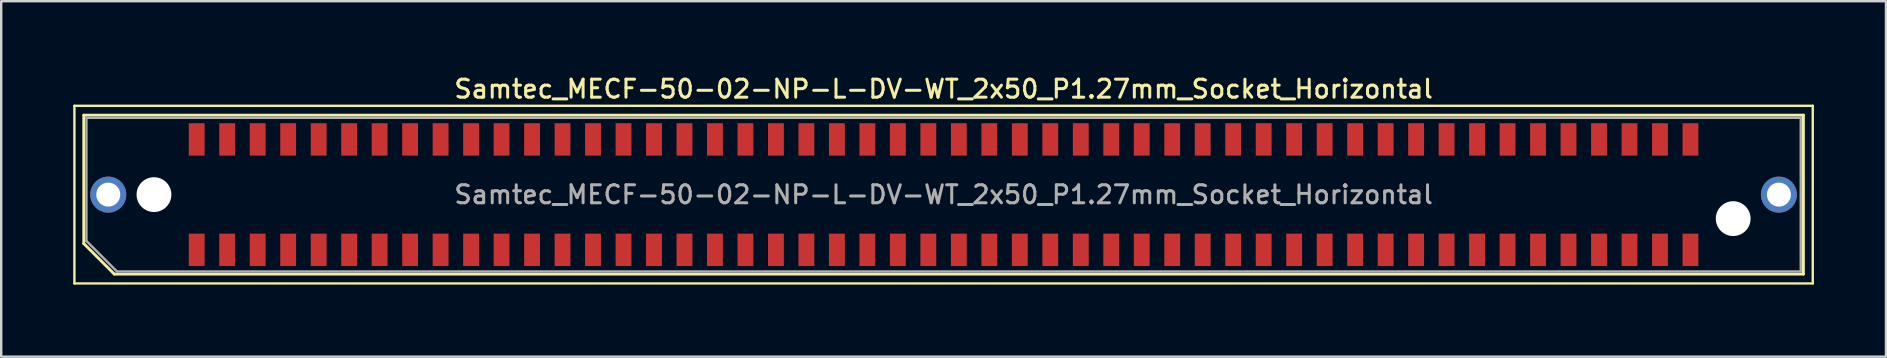
<source format=kicad_pcb>
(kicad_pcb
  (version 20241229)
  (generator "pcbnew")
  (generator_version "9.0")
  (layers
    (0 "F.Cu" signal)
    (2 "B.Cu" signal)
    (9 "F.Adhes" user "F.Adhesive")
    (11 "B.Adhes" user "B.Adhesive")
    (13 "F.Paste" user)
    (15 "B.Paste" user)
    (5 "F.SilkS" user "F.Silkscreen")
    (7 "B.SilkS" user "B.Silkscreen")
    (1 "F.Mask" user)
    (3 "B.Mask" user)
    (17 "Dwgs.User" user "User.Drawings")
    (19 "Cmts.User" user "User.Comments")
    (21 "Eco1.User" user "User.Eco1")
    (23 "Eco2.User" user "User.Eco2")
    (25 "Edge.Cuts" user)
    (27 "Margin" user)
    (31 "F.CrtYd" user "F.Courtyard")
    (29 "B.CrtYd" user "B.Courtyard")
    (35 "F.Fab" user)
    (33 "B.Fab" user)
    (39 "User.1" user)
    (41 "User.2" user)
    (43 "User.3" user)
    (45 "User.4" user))
  (footprint "Samtec_MECF-50-02-NP-L-DV-WT_2x50_P1.27mm_Socket_Horizontal"
    (layer "F.Cu")
    (at 36.26 5.058)
    (property "Reference" "Samtec_MECF-50-02-NP-L-DV-WT_2x50_P1.27mm_Socket_Horizontal" (at 0 -4.4 0) (layer "F.SilkS") (effects (font (size 0.75 0.75) (thickness 0.125))))
    (attr smd)
    (fp_line (start -36.21 -3.7) (end -36.21 3.7) (stroke (width 0.1) (type solid)) (layer "F.SilkS"))
    (fp_line (start -36.21 3.7) (end 36.21 3.7) (stroke (width 0.1) (type solid)) (layer "F.SilkS"))
    (fp_line (start -35.82 -3.31) (end 35.82 -3.31) (stroke (width 0.12) (type solid)) (layer "F.SilkS"))
    (fp_line (start -35.82 2.04) (end -35.82 -3.31) (stroke (width 0.12) (type solid)) (layer "F.SilkS"))
    (fp_line (start -34.55 3.31) (end -35.82 2.04) (stroke (width 0.12) (type solid)) (layer "F.SilkS"))
    (fp_line (start -34.55 3.31) (end 35.82 3.31) (stroke (width 0.12) (type solid)) (layer "F.SilkS"))
    (fp_line (start 35.82 3.31) (end 35.82 -3.31) (stroke (width 0.12) (type solid)) (layer "F.SilkS"))
    (fp_line (start 36.21 -3.7) (end -36.21 -3.7) (stroke (width 0.1) (type solid)) (layer "F.SilkS"))
    (fp_line (start 36.21 3.7) (end 36.21 -3.7) (stroke (width 0.1) (type solid)) (layer "F.SilkS"))
    (fp_line (start -35.71 -3.2) (end 35.71 -3.2) (stroke (width 0.1) (type solid)) (layer "F.Fab"))
    (fp_line (start -35.71 1.93) (end -35.71 -3.2) (stroke (width 0.1) (type solid)) (layer "F.Fab"))
    (fp_line (start -35.71 1.93) (end -34.44 3.2) (stroke (width 0.1) (type solid)) (layer "F.Fab"))
    (fp_line (start -34.44 3.2) (end 35.71 3.2) (stroke (width 0.1) (type solid)) (layer "F.Fab"))
    (fp_line (start 35.71 3.2) (end 35.71 -3.2) (stroke (width 0.1) (type solid)) (layer "F.Fab"))
    (fp_text user "${REFERENCE}" (at 0 0 0) (layer "F.Fab") (effects (font (size 0.75 0.75) (thickness 0.125))))
    (pad "" thru_hole circle (at -34.8 0) (size 1.5 1.5) (drill 1) (layers "*.Cu" "*.Mask"))
    (pad "" np_thru_hole circle (at -32.895 0) (size 1.45 1.45) (drill 1.45) (layers "*.Cu" "*.Mask"))
    (pad "" np_thru_hole circle (at 32.895 1) (size 1.45 1.45) (drill 1.45) (layers "*.Cu" "*.Mask"))
    (pad "" thru_hole circle (at 34.8 0) (size 1.5 1.5) (drill 1) (layers "*.Cu" "*.Mask"))
    (pad "1" smd rect (at -31.115 2.3) (size 0.66 1.35) (layers "F.Cu" "F.Mask" "F.Paste"))
    (pad "2" smd rect (at -31.115 -2.3) (size 0.66 1.35) (layers "F.Cu" "F.Mask" "F.Paste"))
    (pad "3" smd rect (at -29.845 2.3) (size 0.66 1.35) (layers "F.Cu" "F.Mask" "F.Paste"))
    (pad "4" smd rect (at -29.845 -2.3) (size 0.66 1.35) (layers "F.Cu" "F.Mask" "F.Paste"))
    (pad "5" smd rect (at -28.575 2.3) (size 0.66 1.35) (layers "F.Cu" "F.Mask" "F.Paste"))
    (pad "6" smd rect (at -28.575 -2.3) (size 0.66 1.35) (layers "F.Cu" "F.Mask" "F.Paste"))
    (pad "7" smd rect (at -27.305 2.3) (size 0.66 1.35) (layers "F.Cu" "F.Mask" "F.Paste"))
    (pad "8" smd rect (at -27.305 -2.3) (size 0.66 1.35) (layers "F.Cu" "F.Mask" "F.Paste"))
    (pad "9" smd rect (at -26.035 2.3) (size 0.66 1.35) (layers "F.Cu" "F.Mask" "F.Paste"))
    (pad "10" smd rect (at -26.035 -2.3) (size 0.66 1.35) (layers "F.Cu" "F.Mask" "F.Paste"))
    (pad "11" smd rect (at -24.765 2.3) (size 0.66 1.35) (layers "F.Cu" "F.Mask" "F.Paste"))
    (pad "12" smd rect (at -24.765 -2.3) (size 0.66 1.35) (layers "F.Cu" "F.Mask" "F.Paste"))
    (pad "13" smd rect (at -23.495 2.3) (size 0.66 1.35) (layers "F.Cu" "F.Mask" "F.Paste"))
    (pad "14" smd rect (at -23.495 -2.3) (size 0.66 1.35) (layers "F.Cu" "F.Mask" "F.Paste"))
    (pad "15" smd rect (at -22.225 2.3) (size 0.66 1.35) (layers "F.Cu" "F.Mask" "F.Paste"))
    (pad "16" smd rect (at -22.225 -2.3) (size 0.66 1.35) (layers "F.Cu" "F.Mask" "F.Paste"))
    (pad "17" smd rect (at -20.955 2.3) (size 0.66 1.35) (layers "F.Cu" "F.Mask" "F.Paste"))
    (pad "18" smd rect (at -20.955 -2.3) (size 0.66 1.35) (layers "F.Cu" "F.Mask" "F.Paste"))
    (pad "19" smd rect (at -19.685 2.3) (size 0.66 1.35) (layers "F.Cu" "F.Mask" "F.Paste"))
    (pad "20" smd rect (at -19.685 -2.3) (size 0.66 1.35) (layers "F.Cu" "F.Mask" "F.Paste"))
    (pad "21" smd rect (at -18.415 2.3) (size 0.66 1.35) (layers "F.Cu" "F.Mask" "F.Paste"))
    (pad "22" smd rect (at -18.415 -2.3) (size 0.66 1.35) (layers "F.Cu" "F.Mask" "F.Paste"))
    (pad "23" smd rect (at -17.145 2.3) (size 0.66 1.35) (layers "F.Cu" "F.Mask" "F.Paste"))
    (pad "24" smd rect (at -17.145 -2.3) (size 0.66 1.35) (layers "F.Cu" "F.Mask" "F.Paste"))
    (pad "25" smd rect (at -15.875 2.3) (size 0.66 1.35) (layers "F.Cu" "F.Mask" "F.Paste"))
    (pad "26" smd rect (at -15.875 -2.3) (size 0.66 1.35) (layers "F.Cu" "F.Mask" "F.Paste"))
    (pad "27" smd rect (at -14.605 2.3) (size 0.66 1.35) (layers "F.Cu" "F.Mask" "F.Paste"))
    (pad "28" smd rect (at -14.605 -2.3) (size 0.66 1.35) (layers "F.Cu" "F.Mask" "F.Paste"))
    (pad "29" smd rect (at -13.335 2.3) (size 0.66 1.35) (layers "F.Cu" "F.Mask" "F.Paste"))
    (pad "30" smd rect (at -13.335 -2.3) (size 0.66 1.35) (layers "F.Cu" "F.Mask" "F.Paste"))
    (pad "31" smd rect (at -12.065 2.3) (size 0.66 1.35) (layers "F.Cu" "F.Mask" "F.Paste"))
    (pad "32" smd rect (at -12.065 -2.3) (size 0.66 1.35) (layers "F.Cu" "F.Mask" "F.Paste"))
    (pad "33" smd rect (at -10.795 2.3) (size 0.66 1.35) (layers "F.Cu" "F.Mask" "F.Paste"))
    (pad "34" smd rect (at -10.795 -2.3) (size 0.66 1.35) (layers "F.Cu" "F.Mask" "F.Paste"))
    (pad "35" smd rect (at -9.525 2.3) (size 0.66 1.35) (layers "F.Cu" "F.Mask" "F.Paste"))
    (pad "36" smd rect (at -9.525 -2.3) (size 0.66 1.35) (layers "F.Cu" "F.Mask" "F.Paste"))
    (pad "37" smd rect (at -8.255 2.3) (size 0.66 1.35) (layers "F.Cu" "F.Mask" "F.Paste"))
    (pad "38" smd rect (at -8.255 -2.3) (size 0.66 1.35) (layers "F.Cu" "F.Mask" "F.Paste"))
    (pad "39" smd rect (at -6.985 2.3) (size 0.66 1.35) (layers "F.Cu" "F.Mask" "F.Paste"))
    (pad "40" smd rect (at -6.985 -2.3) (size 0.66 1.35) (layers "F.Cu" "F.Mask" "F.Paste"))
    (pad "41" smd rect (at -5.715 2.3) (size 0.66 1.35) (layers "F.Cu" "F.Mask" "F.Paste"))
    (pad "42" smd rect (at -5.715 -2.3) (size 0.66 1.35) (layers "F.Cu" "F.Mask" "F.Paste"))
    (pad "43" smd rect (at -4.445 2.3) (size 0.66 1.35) (layers "F.Cu" "F.Mask" "F.Paste"))
    (pad "44" smd rect (at -4.445 -2.3) (size 0.66 1.35) (layers "F.Cu" "F.Mask" "F.Paste"))
    (pad "45" smd rect (at -3.175 2.3) (size 0.66 1.35) (layers "F.Cu" "F.Mask" "F.Paste"))
    (pad "46" smd rect (at -3.175 -2.3) (size 0.66 1.35) (layers "F.Cu" "F.Mask" "F.Paste"))
    (pad "47" smd rect (at -1.905 2.3) (size 0.66 1.35) (layers "F.Cu" "F.Mask" "F.Paste"))
    (pad "48" smd rect (at -1.905 -2.3) (size 0.66 1.35) (layers "F.Cu" "F.Mask" "F.Paste"))
    (pad "49" smd rect (at -0.635 2.3) (size 0.66 1.35) (layers "F.Cu" "F.Mask" "F.Paste"))
    (pad "50" smd rect (at -0.635 -2.3) (size 0.66 1.35) (layers "F.Cu" "F.Mask" "F.Paste"))
    (pad "51" smd rect (at 0.635 2.3) (size 0.66 1.35) (layers "F.Cu" "F.Mask" "F.Paste"))
    (pad "52" smd rect (at 0.635 -2.3) (size 0.66 1.35) (layers "F.Cu" "F.Mask" "F.Paste"))
    (pad "53" smd rect (at 1.905 2.3) (size 0.66 1.35) (layers "F.Cu" "F.Mask" "F.Paste"))
    (pad "54" smd rect (at 1.905 -2.3) (size 0.66 1.35) (layers "F.Cu" "F.Mask" "F.Paste"))
    (pad "55" smd rect (at 3.175 2.3) (size 0.66 1.35) (layers "F.Cu" "F.Mask" "F.Paste"))
    (pad "56" smd rect (at 3.175 -2.3) (size 0.66 1.35) (layers "F.Cu" "F.Mask" "F.Paste"))
    (pad "57" smd rect (at 4.445 2.3) (size 0.66 1.35) (layers "F.Cu" "F.Mask" "F.Paste"))
    (pad "58" smd rect (at 4.445 -2.3) (size 0.66 1.35) (layers "F.Cu" "F.Mask" "F.Paste"))
    (pad "59" smd rect (at 5.715 2.3) (size 0.66 1.35) (layers "F.Cu" "F.Mask" "F.Paste"))
    (pad "60" smd rect (at 5.715 -2.3) (size 0.66 1.35) (layers "F.Cu" "F.Mask" "F.Paste"))
    (pad "61" smd rect (at 6.985 2.3) (size 0.66 1.35) (layers "F.Cu" "F.Mask" "F.Paste"))
    (pad "62" smd rect (at 6.985 -2.3) (size 0.66 1.35) (layers "F.Cu" "F.Mask" "F.Paste"))
    (pad "63" smd rect (at 8.255 2.3) (size 0.66 1.35) (layers "F.Cu" "F.Mask" "F.Paste"))
    (pad "64" smd rect (at 8.255 -2.3) (size 0.66 1.35) (layers "F.Cu" "F.Mask" "F.Paste"))
    (pad "65" smd rect (at 9.525 2.3) (size 0.66 1.35) (layers "F.Cu" "F.Mask" "F.Paste"))
    (pad "66" smd rect (at 9.525 -2.3) (size 0.66 1.35) (layers "F.Cu" "F.Mask" "F.Paste"))
    (pad "67" smd rect (at 10.795 2.3) (size 0.66 1.35) (layers "F.Cu" "F.Mask" "F.Paste"))
    (pad "68" smd rect (at 10.795 -2.3) (size 0.66 1.35) (layers "F.Cu" "F.Mask" "F.Paste"))
    (pad "69" smd rect (at 12.065 2.3) (size 0.66 1.35) (layers "F.Cu" "F.Mask" "F.Paste"))
    (pad "70" smd rect (at 12.065 -2.3) (size 0.66 1.35) (layers "F.Cu" "F.Mask" "F.Paste"))
    (pad "71" smd rect (at 13.335 2.3) (size 0.66 1.35) (layers "F.Cu" "F.Mask" "F.Paste"))
    (pad "72" smd rect (at 13.335 -2.3) (size 0.66 1.35) (layers "F.Cu" "F.Mask" "F.Paste"))
    (pad "73" smd rect (at 14.605 2.3) (size 0.66 1.35) (layers "F.Cu" "F.Mask" "F.Paste"))
    (pad "74" smd rect (at 14.605 -2.3) (size 0.66 1.35) (layers "F.Cu" "F.Mask" "F.Paste"))
    (pad "75" smd rect (at 15.875 2.3) (size 0.66 1.35) (layers "F.Cu" "F.Mask" "F.Paste"))
    (pad "76" smd rect (at 15.875 -2.3) (size 0.66 1.35) (layers "F.Cu" "F.Mask" "F.Paste"))
    (pad "77" smd rect (at 17.145 2.3) (size 0.66 1.35) (layers "F.Cu" "F.Mask" "F.Paste"))
    (pad "78" smd rect (at 17.145 -2.3) (size 0.66 1.35) (layers "F.Cu" "F.Mask" "F.Paste"))
    (pad "79" smd rect (at 18.415 2.3) (size 0.66 1.35) (layers "F.Cu" "F.Mask" "F.Paste"))
    (pad "80" smd rect (at 18.415 -2.3) (size 0.66 1.35) (layers "F.Cu" "F.Mask" "F.Paste"))
    (pad "81" smd rect (at 19.685 2.3) (size 0.66 1.35) (layers "F.Cu" "F.Mask" "F.Paste"))
    (pad "82" smd rect (at 19.685 -2.3) (size 0.66 1.35) (layers "F.Cu" "F.Mask" "F.Paste"))
    (pad "83" smd rect (at 20.955 2.3) (size 0.66 1.35) (layers "F.Cu" "F.Mask" "F.Paste"))
    (pad "84" smd rect (at 20.955 -2.3) (size 0.66 1.35) (layers "F.Cu" "F.Mask" "F.Paste"))
    (pad "85" smd rect (at 22.225 2.3) (size 0.66 1.35) (layers "F.Cu" "F.Mask" "F.Paste"))
    (pad "86" smd rect (at 22.225 -2.3) (size 0.66 1.35) (layers "F.Cu" "F.Mask" "F.Paste"))
    (pad "87" smd rect (at 23.495 2.3) (size 0.66 1.35) (layers "F.Cu" "F.Mask" "F.Paste"))
    (pad "88" smd rect (at 23.495 -2.3) (size 0.66 1.35) (layers "F.Cu" "F.Mask" "F.Paste"))
    (pad "89" smd rect (at 24.765 2.3) (size 0.66 1.35) (layers "F.Cu" "F.Mask" "F.Paste"))
    (pad "90" smd rect (at 24.765 -2.3) (size 0.66 1.35) (layers "F.Cu" "F.Mask" "F.Paste"))
    (pad "91" smd rect (at 26.035 2.3) (size 0.66 1.35) (layers "F.Cu" "F.Mask" "F.Paste"))
    (pad "92" smd rect (at 26.035 -2.3) (size 0.66 1.35) (layers "F.Cu" "F.Mask" "F.Paste"))
    (pad "93" smd rect (at 27.305 2.3) (size 0.66 1.35) (layers "F.Cu" "F.Mask" "F.Paste"))
    (pad "94" smd rect (at 27.305 -2.3) (size 0.66 1.35) (layers "F.Cu" "F.Mask" "F.Paste"))
    (pad "95" smd rect (at 28.575 2.3) (size 0.66 1.35) (layers "F.Cu" "F.Mask" "F.Paste"))
    (pad "96" smd rect (at 28.575 -2.3) (size 0.66 1.35) (layers "F.Cu" "F.Mask" "F.Paste"))
    (pad "97" smd rect (at 29.845 2.3) (size 0.66 1.35) (layers "F.Cu" "F.Mask" "F.Paste"))
    (pad "98" smd rect (at 29.845 -2.3) (size 0.66 1.35) (layers "F.Cu" "F.Mask" "F.Paste"))
    (pad "99" smd rect (at 31.115 2.3) (size 0.66 1.35) (layers "F.Cu" "F.Mask" "F.Paste"))
    (pad "100" smd rect (at 31.115 -2.3) (size 0.66 1.35) (layers "F.Cu" "F.Mask" "F.Paste")))
  (gr_rect
    (start -3 -3)
    (end 75.52 11.808)
    (stroke (width 0.1) (type default))
    (fill no)
    (layer "Edge.Cuts")))
</source>
